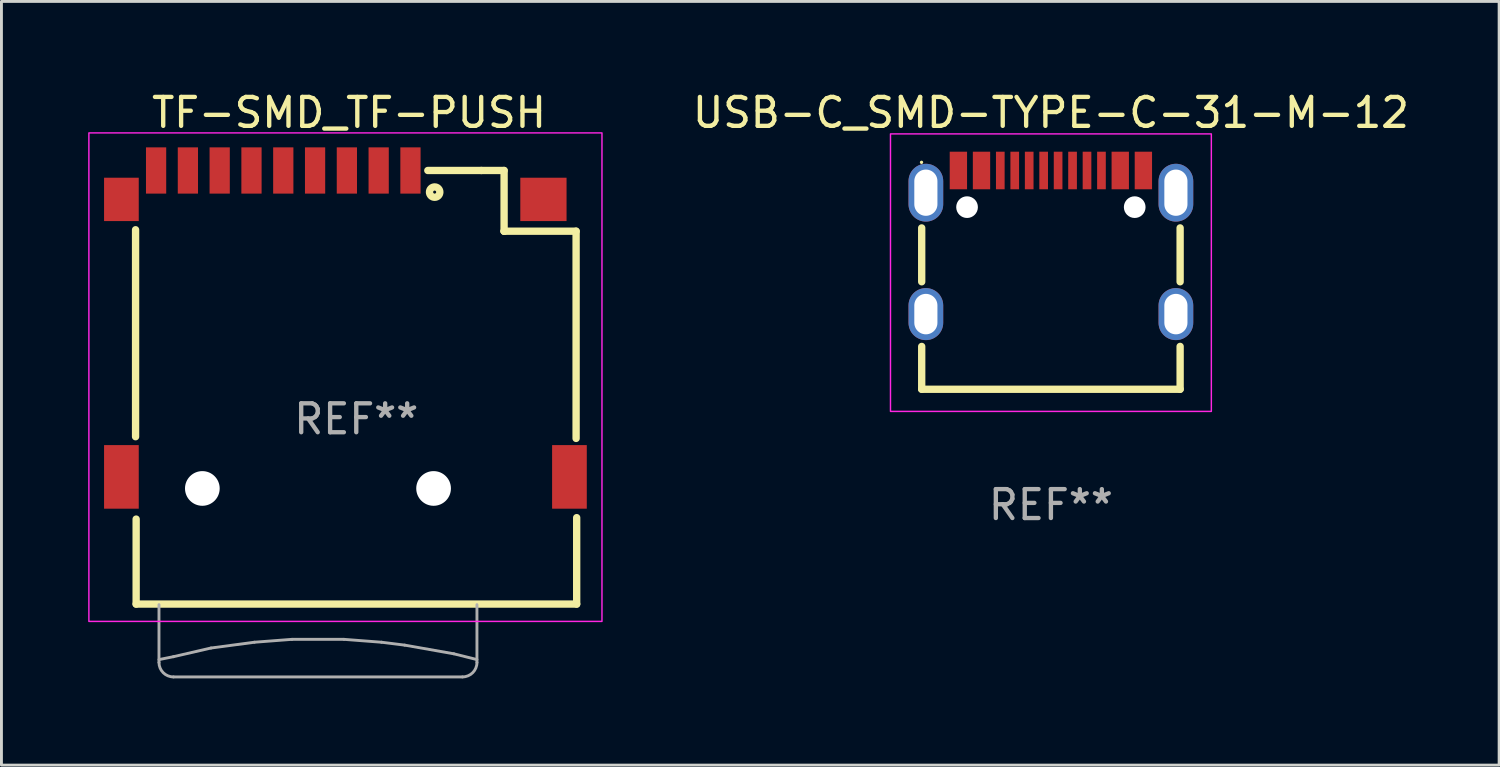
<source format=kicad_pcb>
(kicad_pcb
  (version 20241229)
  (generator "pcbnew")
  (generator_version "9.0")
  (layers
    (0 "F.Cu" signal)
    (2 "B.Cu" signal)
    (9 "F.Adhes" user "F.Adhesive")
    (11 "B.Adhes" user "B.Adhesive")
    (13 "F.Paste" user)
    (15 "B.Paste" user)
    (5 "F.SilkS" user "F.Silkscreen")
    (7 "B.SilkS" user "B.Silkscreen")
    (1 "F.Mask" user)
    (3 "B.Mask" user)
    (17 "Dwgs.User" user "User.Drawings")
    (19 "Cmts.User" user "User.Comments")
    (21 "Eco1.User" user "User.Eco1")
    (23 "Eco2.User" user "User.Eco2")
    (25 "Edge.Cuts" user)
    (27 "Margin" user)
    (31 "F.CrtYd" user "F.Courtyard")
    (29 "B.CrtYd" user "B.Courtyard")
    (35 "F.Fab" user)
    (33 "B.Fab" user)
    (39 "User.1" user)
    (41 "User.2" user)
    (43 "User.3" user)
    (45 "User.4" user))
  (footprint "TF-SMD_TF-PUSH"
    (layer "F.Cu")
    (at 9.025 10.348)
    (property "Reference" "TF-SMD_TF-PUSH" (at 0 -9.5 0) (layer "F.SilkS") (effects (font (size 1 1) (thickness 0.15))))
    (attr smd)
    (fp_line (start -7.385 -5.45) (end -7.385 1.71) (stroke (width 0.254) (type solid)) (layer "F.SilkS"))
    (fp_line (start -7.365 7.5) (end -7.365 4.56) (stroke (width 0.254) (type solid)) (layer "F.SilkS"))
    (fp_line (start -7.365 7.5) (end 7.875 7.5) (stroke (width 0.254) (type solid)) (layer "F.SilkS"))
    (fp_line (start 4.577 -7.5) (end 5.364 -7.5) (stroke (width 0.254) (type solid)) (layer "F.SilkS"))
    (fp_line (start 4.577 -7.5) (end 2.725 -7.5) (stroke (width 0.254) (type solid)) (layer "F.SilkS"))
    (fp_line (start 5.364 -7.5) (end 5.364 -5.399) (stroke (width 0.254) (type solid)) (layer "F.SilkS"))
    (fp_line (start 5.364 -5.399) (end 5.375 -5.4) (stroke (width 0.254) (type solid)) (layer "F.SilkS"))
    (fp_line (start 7.855 -5.4) (end 5.365 -5.4) (stroke (width 0.254) (type solid)) (layer "F.SilkS"))
    (fp_line (start 7.855 1.769) (end 7.855 -5.4) (stroke (width 0.254) (type solid)) (layer "F.SilkS"))
    (fp_line (start 7.875 7.5) (end 7.875 4.51) (stroke (width 0.254) (type solid)) (layer "F.SilkS"))
    (fp_circle (center 2.962 -6.752) (end 3.014 -6.752) (stroke (width 0.254) (type solid)) (fill no) (layer "F.SilkS"))
    (fp_rect (start -9 -8.8) (end 8.75 8.1) (stroke (width 0.05) (type solid)) (fill no) (layer "F.CrtYd"))
    (fp_line (start -6.575 7.52) (end -6.575 9.52) (stroke (width 0.1) (type solid)) (layer "F.Fab"))
    (fp_line (start -6.075 9.32) (end -6.575 9.42) (stroke (width 0.1) (type solid)) (layer "F.Fab"))
    (fp_line (start -4.775 9.02) (end -6.075 9.32) (stroke (width 0.1) (type solid)) (layer "F.Fab"))
    (fp_line (start -3.275 8.82) (end -4.775 9.02) (stroke (width 0.1) (type solid)) (layer "F.Fab"))
    (fp_line (start -1.975 8.72) (end -3.275 8.82) (stroke (width 0.1) (type solid)) (layer "F.Fab"))
    (fp_line (start -0.175 8.72) (end -1.975 8.72) (stroke (width 0.1) (type solid)) (layer "F.Fab"))
    (fp_line (start 1.125 8.82) (end -0.175 8.72) (stroke (width 0.1) (type solid)) (layer "F.Fab"))
    (fp_line (start 1.925 8.92) (end 1.125 8.82) (stroke (width 0.1) (type solid)) (layer "F.Fab"))
    (fp_line (start 3.625 9.22) (end 1.925 8.92) (stroke (width 0.1) (type solid)) (layer "F.Fab"))
    (fp_line (start 3.925 10.02) (end -6.075 10.02) (stroke (width 0.1) (type solid)) (layer "F.Fab"))
    (fp_line (start 4.425 7.52) (end 4.425 9.52) (stroke (width 0.1) (type solid)) (layer "F.Fab"))
    (fp_line (start 4.425 9.42) (end 3.625 9.22) (stroke (width 0.1) (type solid)) (layer "F.Fab"))
    (fp_arc (start -6.074879 10.02) (mid -6.428432 9.873553) (end -6.574879 9.52) (stroke (width 0.1) (type solid)) (layer "F.Fab"))
    (fp_arc (start 4.425121 9.52) (mid 4.278674 9.873553) (end 3.925121 10.02) (stroke (width 0.1) (type solid)) (layer "F.Fab"))
    (fp_circle (center -5.075 3.5) (end -4.875 3.5) (stroke (width 0.4) (type solid)) (fill no) (layer "F.Fab"))
    (fp_circle (center 2.925 3.5) (end 3.125 3.5) (stroke (width 0.4) (type solid)) (fill no) (layer "F.Fab"))
    (fp_text user "REF**" (at 0.25 1.1 0) (layer "F.Fab") (effects (font (size 1 1) (thickness 0.15))))
    (pad "" np_thru_hole circle (at -5.075 3.5) (size 1.2 1.2) (drill 1.2) (layers "*.Cu" "*.Mask"))
    (pad "" np_thru_hole circle (at 2.925 3.5) (size 1.2 1.2) (drill 1.2) (layers "*.Cu" "*.Mask"))
    (pad "1" smd rect (at 2.125 -7.5) (size 0.7 1.6) (layers "F.Cu" "F.Mask" "F.Paste"))
    (pad "2" smd rect (at 1.025 -7.5) (size 0.7 1.6) (layers "F.Cu" "F.Mask" "F.Paste"))
    (pad "3" smd rect (at -0.075 -7.5) (size 0.7 1.6) (layers "F.Cu" "F.Mask" "F.Paste"))
    (pad "4" smd rect (at -1.175 -7.5) (size 0.7 1.6) (layers "F.Cu" "F.Mask" "F.Paste"))
    (pad "5" smd rect (at -2.275 -7.5) (size 0.7 1.6) (layers "F.Cu" "F.Mask" "F.Paste"))
    (pad "6" smd rect (at -3.375 -7.5) (size 0.7 1.6) (layers "F.Cu" "F.Mask" "F.Paste"))
    (pad "7" smd rect (at -4.475 -7.5) (size 0.7 1.6) (layers "F.Cu" "F.Mask" "F.Paste"))
    (pad "8" smd rect (at -5.575 -7.5) (size 0.7 1.6) (layers "F.Cu" "F.Mask" "F.Paste"))
    (pad "9" smd rect (at -6.675 -7.5) (size 0.7 1.6) (layers "F.Cu" "F.Mask" "F.Paste"))
    (pad "10" smd rect (at -7.875 -6.5) (size 1.2 1.5) (layers "F.Cu" "F.Mask" "F.Paste"))
    (pad "11" smd rect (at -7.875 3.1) (size 1.2 2.2) (layers "F.Cu" "F.Mask" "F.Paste"))
    (pad "12" smd rect (at 7.625 3.1) (size 1.2 2.2) (layers "F.Cu" "F.Mask" "F.Paste"))
    (pad "13" smd rect (at 6.725 -6.5) (size 1.6 1.5) (layers "F.Cu" "F.Mask" "F.Paste")))
  (footprint "USB-C_SMD-TYPE-C-31-M-12"
    (layer "F.Cu")
    (at 33.306 6.632)
    (property "Reference" "USB-C_SMD-TYPE-C-31-M-12" (at 0 -5.784 0) (layer "F.SilkS") (effects (font (size 1 1) (thickness 0.15))))
    (attr smd)
    (fp_line (start -4.47 0.066) (end -4.47 -1.797) (stroke (width 0.254) (type solid)) (layer "F.SilkS"))
    (fp_line (start -4.47 3.784) (end -4.47 2.303) (stroke (width 0.254) (type solid)) (layer "F.SilkS"))
    (fp_line (start 4.47 0.066) (end 4.47 -1.798) (stroke (width 0.254) (type solid)) (layer "F.SilkS"))
    (fp_line (start 4.47 3.784) (end -4.47 3.784) (stroke (width 0.254) (type solid)) (layer "F.SilkS"))
    (fp_line (start 4.47 3.784) (end 4.47 2.302) (stroke (width 0.254) (type solid)) (layer "F.SilkS"))
    (fp_circle (center -4.476 -4.066) (end -4.446 -4.066) (stroke (width 0.06) (type solid)) (fill no) (layer "F.SilkS"))
    (fp_rect (start 5.55 -5.05) (end -5.55 4.55) (stroke (width 0.05) (type solid)) (fill no) (layer "F.CrtYd"))
    (fp_circle (center -2.901 -2.516) (end -2.776 -2.516) (stroke (width 0.25) (type solid)) (fill no) (layer "F.Fab"))
    (fp_circle (center 2.899 -2.516) (end 3.024 -2.516) (stroke (width 0.25) (type solid)) (fill no) (layer "F.Fab"))
    (fp_text user "REF**" (at 0 7.784 0) (layer "F.Fab") (effects (font (size 1 1) (thickness 0.15))))
    (pad "" np_thru_hole circle (at -2.901 -2.516) (size 0.75 0.75) (drill 0.75) (layers "*.Cu" "*.Mask"))
    (pad "" np_thru_hole circle (at 2.899 -2.516) (size 0.75 0.75) (drill 0.75) (layers "*.Cu" "*.Mask"))
    (pad "A1_B12" smd rect (at -3.201 -3.784) (size 0.6 1.3) (layers "F.Cu" "F.Mask" "F.Paste"))
    (pad "A4_B9" smd rect (at -2.401 -3.784) (size 0.6 1.3) (layers "F.Cu" "F.Mask" "F.Paste"))
    (pad "A5" smd rect (at -1.251 -3.784) (size 0.3 1.3) (layers "F.Cu" "F.Mask" "F.Paste"))
    (pad "A6" smd rect (at -0.251 -3.784) (size 0.3 1.3) (layers "F.Cu" "F.Mask" "F.Paste"))
    (pad "A7" smd rect (at 0.249 -3.784) (size 0.3 1.3) (layers "F.Cu" "F.Mask" "F.Paste"))
    (pad "A8" smd rect (at 1.249 -3.784) (size 0.3 1.3) (layers "F.Cu" "F.Mask" "F.Paste"))
    (pad "A9_B4" smd rect (at 2.399 -3.784) (size 0.6 1.3) (layers "F.Cu" "F.Mask" "F.Paste"))
    (pad "A12_B1" smd rect (at 3.199 -3.784) (size 0.6 1.3) (layers "F.Cu" "F.Mask" "F.Paste"))
    (pad "B5" smd rect (at 1.749 -3.784) (size 0.3 1.3) (layers "F.Cu" "F.Mask" "F.Paste"))
    (pad "B6" smd rect (at 0.749 -3.784) (size 0.3 1.3) (layers "F.Cu" "F.Mask" "F.Paste"))
    (pad "B7" smd rect (at -0.751 -3.784) (size 0.3 1.3) (layers "F.Cu" "F.Mask" "F.Paste"))
    (pad "B8" smd rect (at -1.751 -3.784) (size 0.3 1.3) (layers "F.Cu" "F.Mask" "F.Paste"))
    (pad "S1" thru_hole oval (at -4.326 -3.016) (size 1.2 2) (drill oval 0.8 1.6) (property pad_prop_heatsink) (layers "*.Cu" "*.Mask"))
    (pad "S1" thru_hole oval (at -4.326 1.184) (size 1.2 1.8) (drill oval 0.8 1.4) (property pad_prop_heatsink) (layers "*.Cu" "*.Mask"))
    (pad "S1" thru_hole oval (at 4.324 -3.016) (size 1.2 2) (drill oval 0.8 1.6) (property pad_prop_heatsink) (layers "*.Cu" "*.Mask"))
    (pad "S1" thru_hole oval (at 4.324 1.184) (size 1.2 1.8) (drill oval 0.8 1.4) (property pad_prop_heatsink) (layers "*.Cu" "*.Mask")))
  (gr_rect
    (start -3 -3)
    (end 48.812 23.418)
    (stroke (width 0.1) (type default))
    (fill no)
    (layer "Edge.Cuts")))
</source>
